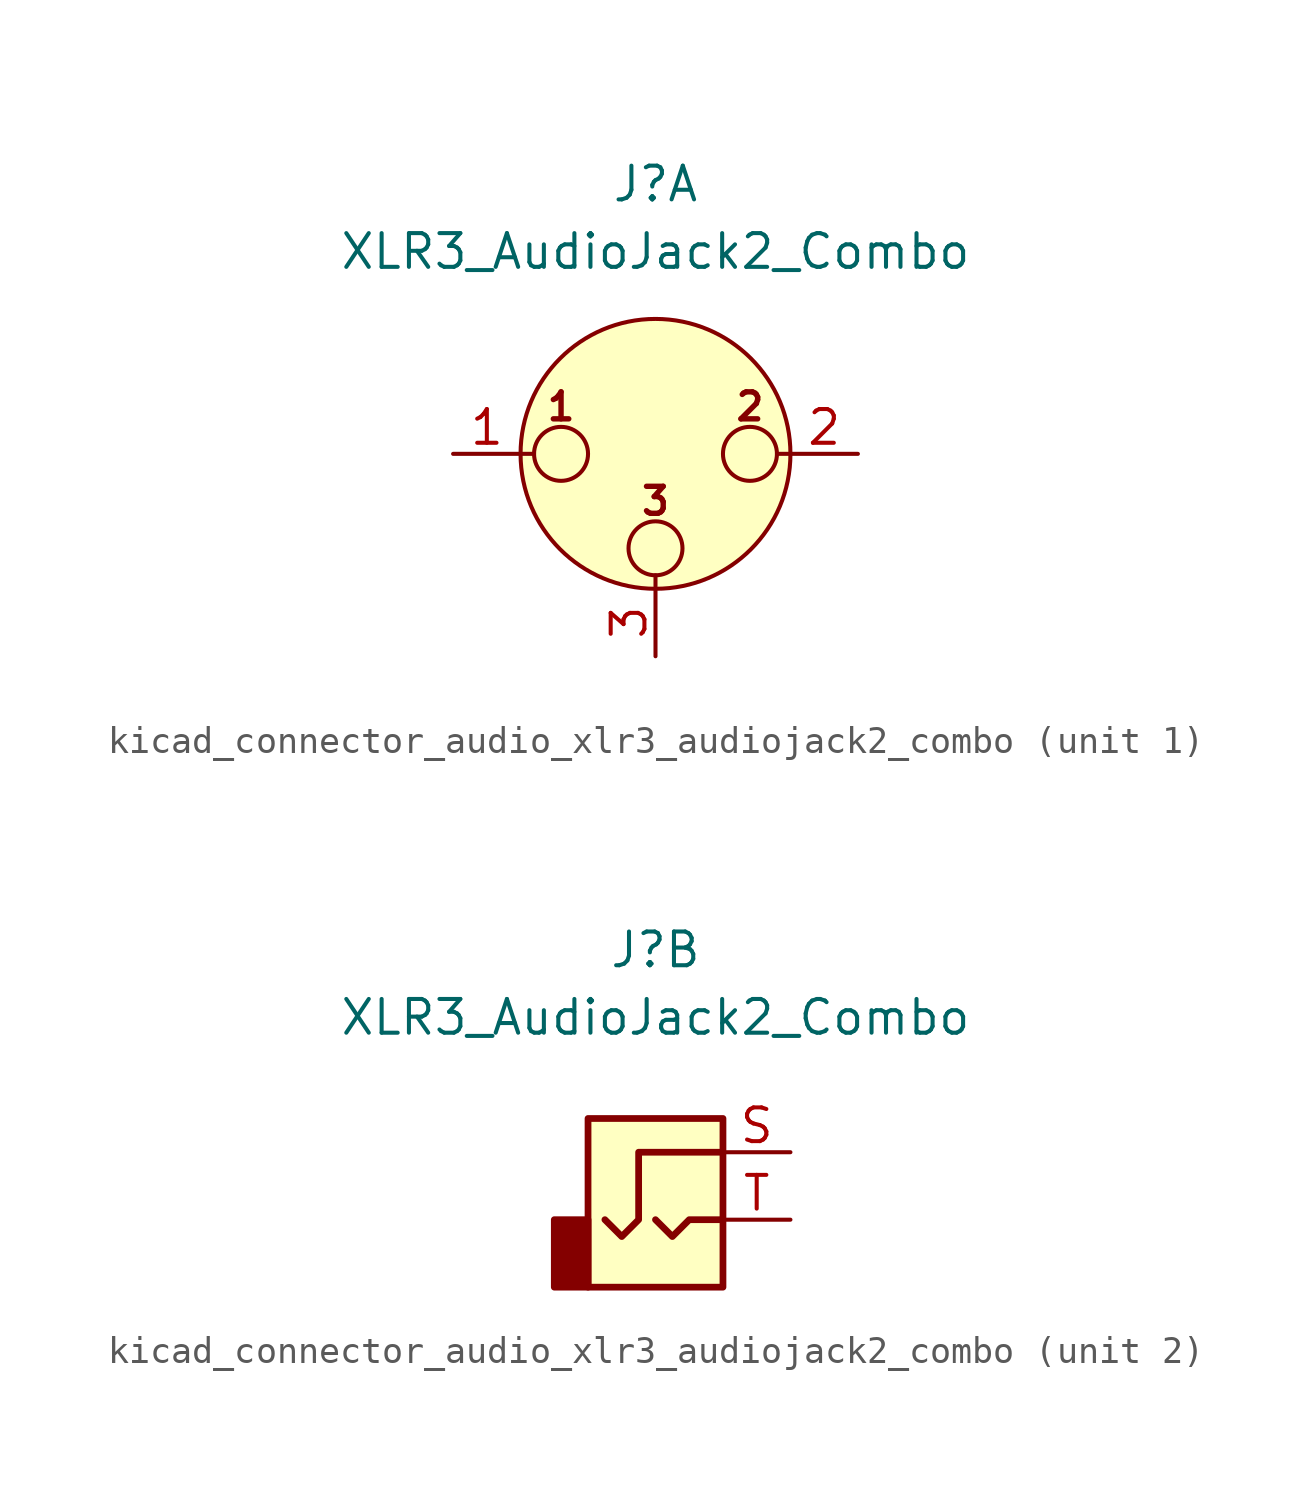
<source format=kicad_sym>
(kicad_symbol_lib
  (version 20220914)
  (generator kicad_symbol_editor)
  (symbol "kicad_connector_audio_xlr3_audiojack2_combo"
    (pin_names hide)
    (property "Reference" "J"
      (at 0 10.16 0)
      (effects (font (size 1.27 1.27))))
    (property "Value" "XLR3_AudioJack2_Combo"
      (at 0 7.62 0)
      (effects (font (size 1.27 1.27))))
    (symbol "kicad_connector_audio_xlr3_audiojack2_combo_1_1"
      (circle (center -3.556 0) (radius 1.016) (stroke (width 0) (type default)) (fill (type none)))
      (circle (center 0 -3.556) (radius 1.016) (stroke (width 0) (type default)) (fill (type none)))
      (polyline (pts (xy -5.08 0) (xy -4.572 0)) (stroke (width 0) (type default)) (fill (type none)))
      (polyline (pts (xy 0 -5.08) (xy 0 -4.572)) (stroke (width 0) (type default)) (fill (type none)))
      (polyline (pts (xy 5.08 0) (xy 4.572 0)) (stroke (width 0) (type default)) (fill (type none)))
      (circle (center 0 0) (radius 5.08) (stroke (width 0) (type default)) (fill (type background)))
      (circle (center 3.556 0) (radius 1.016) (stroke (width 0) (type default)) (fill (type none)))
      (text "1" (at -3.556 1.778 0) (effects (font (size 1.016 1.016) bold)))
      (text "2" (at 3.556 1.778 0) (effects (font (size 1.016 1.016) bold)))
      (text "3" (at 0 -1.778 0) (effects (font (size 1.016 1.016) bold)))
      (pin passive line (at -7.62 0 0) (length 2.54) (name "~" (effects (font (size 1.27 1.27)))) (number "1" (effects (font (size 1.27 1.27)))))
      (pin passive line (at 7.62 0 180) (length 2.54) (name "~" (effects (font (size 1.27 1.27)))) (number "2" (effects (font (size 1.27 1.27)))))
      (pin passive line (at 0 -7.62 90) (length 2.54) (name "~" (effects (font (size 1.27 1.27)))) (number "3" (effects (font (size 1.27 1.27))))))
    (symbol "kicad_connector_audio_xlr3_audiojack2_combo_2_1"
      (rectangle (start -2.54 0) (end -3.81 -2.54) (stroke (width 0.254) (type default)) (fill (type outline)))
      (polyline (pts (xy 0 0) (xy 0.635 -0.635) (xy 1.27 0) (xy 2.54 0)) (stroke (width 0.254) (type default)) (fill (type none)))
      (polyline (pts (xy 2.54 2.54) (xy -0.635 2.54) (xy -0.635 0) (xy -1.27 -0.635) (xy -1.905 0)) (stroke (width 0.254) (type default)) (fill (type none)))
      (rectangle (start 2.54 3.81) (end -2.54 -2.54) (stroke (width 0.254) (type default)) (fill (type background)))
      (pin passive line (at 5.08 2.54 180) (length 2.54) (name "~" (effects (font (size 1.27 1.27)))) (number "S" (effects (font (size 1.27 1.27)))))
      (pin passive line (at 5.08 0 180) (length 2.54) (name "~" (effects (font (size 1.27 1.27)))) (number "T" (effects (font (size 1.27 1.27))))))))
</source>
